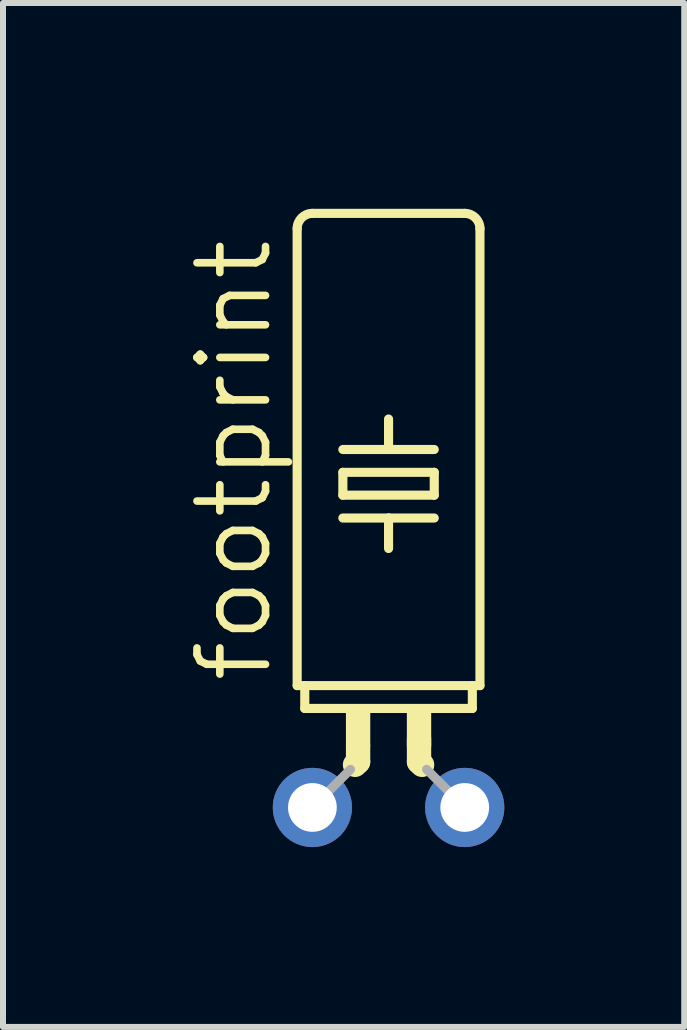
<source format=kicad_pcb>
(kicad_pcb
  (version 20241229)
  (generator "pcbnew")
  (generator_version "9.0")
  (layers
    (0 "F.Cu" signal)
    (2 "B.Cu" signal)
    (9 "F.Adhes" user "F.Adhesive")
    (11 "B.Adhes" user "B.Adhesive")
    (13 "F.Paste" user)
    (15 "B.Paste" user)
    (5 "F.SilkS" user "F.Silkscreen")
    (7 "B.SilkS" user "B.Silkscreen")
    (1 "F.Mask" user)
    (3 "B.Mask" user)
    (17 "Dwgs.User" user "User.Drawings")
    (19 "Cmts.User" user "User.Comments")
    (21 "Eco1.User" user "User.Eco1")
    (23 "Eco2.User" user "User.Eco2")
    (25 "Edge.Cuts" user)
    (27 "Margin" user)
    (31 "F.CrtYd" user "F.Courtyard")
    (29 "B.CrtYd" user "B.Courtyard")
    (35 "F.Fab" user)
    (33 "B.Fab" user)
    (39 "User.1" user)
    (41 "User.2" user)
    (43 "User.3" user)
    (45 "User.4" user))
  (footprint "footprint"
    (layer "F.Cu")
    (at 3.429 10.414)
    (property "Reference" "footprint" (at -1.905 -2.032 90) (layer "F.SilkS") (effects (font (size 1.143 1.143) (thickness 0.127)) (justify left bottom)))
    (fp_line (start -1.524 -2.032) (end -1.524 -9.652) (stroke (width 0.152) (type solid)) (layer "F.SilkS"))
    (fp_line (start -1.524 -2.032) (end -1.397 -2.032) (stroke (width 0.152) (type solid)) (layer "F.SilkS"))
    (fp_line (start -1.397 -1.651) (end -1.397 -2.032) (stroke (width 0.152) (type solid)) (layer "F.SilkS"))
    (fp_line (start -1.397 -1.651) (end 1.397 -1.651) (stroke (width 0.152) (type solid)) (layer "F.SilkS"))
    (fp_line (start -1.27 -9.906) (end 1.27 -9.906) (stroke (width 0.152) (type solid)) (layer "F.SilkS"))
    (fp_line (start -0.762 -5.969) (end 0 -5.969) (stroke (width 0.152) (type solid)) (layer "F.SilkS"))
    (fp_line (start -0.762 -5.588) (end -0.762 -5.207) (stroke (width 0.152) (type solid)) (layer "F.SilkS"))
    (fp_line (start -0.762 -5.588) (end 0.762 -5.588) (stroke (width 0.152) (type solid)) (layer "F.SilkS"))
    (fp_line (start -0.762 -4.826) (end 0 -4.826) (stroke (width 0.152) (type solid)) (layer "F.SilkS"))
    (fp_line (start -0.559 -0.711) (end -0.508 -0.762) (stroke (width 0.406) (type solid)) (layer "F.SilkS"))
    (fp_line (start -0.508 -0.762) (end -0.508 -1.016) (stroke (width 0.406) (type solid)) (layer "F.SilkS"))
    (fp_line (start 0 -5.969) (end 0 -6.477) (stroke (width 0.152) (type solid)) (layer "F.SilkS"))
    (fp_line (start 0 -5.969) (end 0.762 -5.969) (stroke (width 0.152) (type solid)) (layer "F.SilkS"))
    (fp_line (start 0 -4.826) (end 0 -4.318) (stroke (width 0.152) (type solid)) (layer "F.SilkS"))
    (fp_line (start 0 -4.826) (end 0.762 -4.826) (stroke (width 0.152) (type solid)) (layer "F.SilkS"))
    (fp_line (start 0.508 -0.762) (end 0.508 -1.143) (stroke (width 0.406) (type solid)) (layer "F.SilkS"))
    (fp_line (start 0.559 -0.711) (end 0.508 -0.762) (stroke (width 0.406) (type solid)) (layer "F.SilkS"))
    (fp_line (start 0.762 -5.207) (end -0.762 -5.207) (stroke (width 0.152) (type solid)) (layer "F.SilkS"))
    (fp_line (start 0.762 -5.207) (end 0.762 -5.588) (stroke (width 0.152) (type solid)) (layer "F.SilkS"))
    (fp_line (start 1.397 -2.032) (end -1.397 -2.032) (stroke (width 0.152) (type solid)) (layer "F.SilkS"))
    (fp_line (start 1.397 -1.651) (end 1.397 -2.032) (stroke (width 0.152) (type solid)) (layer "F.SilkS"))
    (fp_line (start 1.524 -2.032) (end 1.397 -2.032) (stroke (width 0.152) (type solid)) (layer "F.SilkS"))
    (fp_line (start 1.524 -2.032) (end 1.524 -9.652) (stroke (width 0.152) (type solid)) (layer "F.SilkS"))
    (fp_arc (start -1.524 -9.652) (mid -1.449605 -9.831605) (end -1.27 -9.906) (stroke (width 0.1524) (type solid)) (layer "F.SilkS"))
    (fp_arc (start 1.27 -9.906) (mid 1.449605 -9.831605) (end 1.524 -9.652) (stroke (width 0.1524) (type solid)) (layer "F.SilkS"))
    (fp_poly (pts (xy -0.711 -1.016) (xy -0.305 -1.016) (xy -0.305 -1.6) (xy -0.711 -1.6)) (stroke (width 0) (type solid)) (fill yes) (layer "F.SilkS"))
    (fp_poly (pts (xy 0.305 -1.016) (xy 0.711 -1.016) (xy 0.711 -1.6) (xy 0.305 -1.6)) (stroke (width 0) (type solid)) (fill yes) (layer "F.SilkS"))
    (fp_line (start -0.635 -0.635) (end -1.27 0) (stroke (width 0.152) (type solid)) (layer "F.Fab"))
    (fp_line (start 0.635 -0.635) (end 1.27 0) (stroke (width 0.152) (type solid)) (layer "F.Fab"))
    (pad "1" thru_hole circle (at -1.27 0) (size 1.321 1.321) (drill 0.813) (layers "*.Cu" "*.Mask"))
    (pad "2" thru_hole circle (at 1.27 0) (size 1.321 1.321) (drill 0.813) (layers "*.Cu" "*.Mask"))
    (zone (net_name "") (layers "F.Cu" "B.Cu") (hatch edge 0.508) (connect_pads) (min_thickness 0.254) (filled_areas_thickness no) (keepout (tracks allowed) (vias not_allowed) (pads allowed) (copperpour allowed) (footprints allowed)) (placement (enabled no)) (fill) (polygon (pts (xy 1.651 9.398) (xy 5.207 9.398) (xy 5.207 0) (xy 1.651 0)))))
  (gr_rect
    (start -3 -3)
    (end 8.359 14.074)
    (stroke (width 0.1) (type default))
    (fill no)
    (layer "Edge.Cuts")))
</source>
